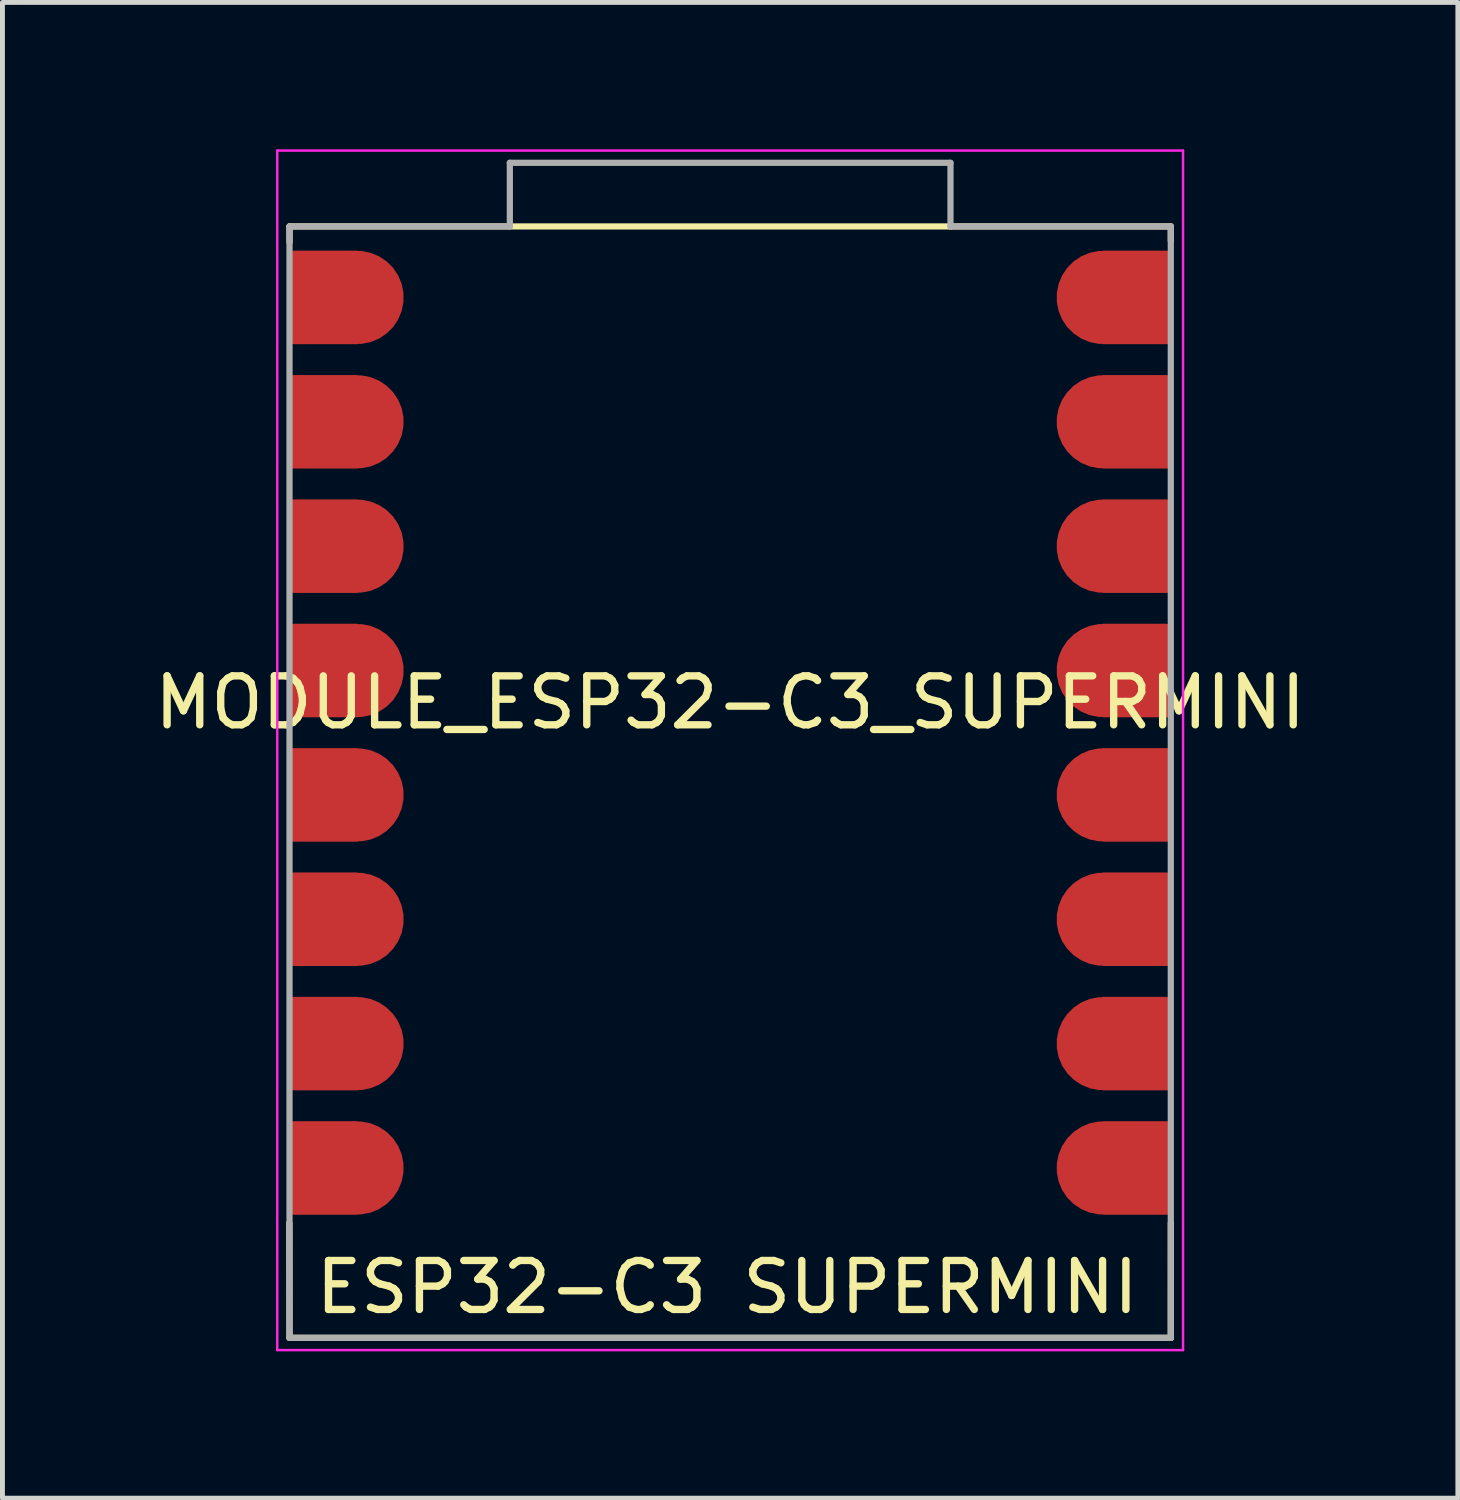
<source format=kicad_pcb>
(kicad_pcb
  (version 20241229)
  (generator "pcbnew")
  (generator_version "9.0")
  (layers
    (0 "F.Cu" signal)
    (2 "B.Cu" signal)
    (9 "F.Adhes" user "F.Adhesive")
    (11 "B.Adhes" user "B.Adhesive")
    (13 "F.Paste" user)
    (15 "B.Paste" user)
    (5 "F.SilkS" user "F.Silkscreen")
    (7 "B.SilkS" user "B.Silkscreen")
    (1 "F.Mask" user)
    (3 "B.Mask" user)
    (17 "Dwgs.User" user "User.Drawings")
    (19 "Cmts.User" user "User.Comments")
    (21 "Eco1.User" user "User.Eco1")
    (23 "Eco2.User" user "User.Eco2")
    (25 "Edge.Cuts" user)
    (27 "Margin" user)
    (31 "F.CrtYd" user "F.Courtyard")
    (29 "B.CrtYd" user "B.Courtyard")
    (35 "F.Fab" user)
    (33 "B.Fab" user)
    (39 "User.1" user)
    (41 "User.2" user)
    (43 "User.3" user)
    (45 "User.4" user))
  (footprint "MODULE_ESP32-C3_SUPERMINI"
    (layer "F.Cu")
    (at 11.863 12.925)
    (property "Reference" "MODULE_ESP32-C3_SUPERMINI" (at 0 -1.626 0) (layer "F.SilkS") (effects (font (size 1 1) (thickness 0.15))))
    (attr through_hole)
    (fp_line (start -9 -11.35) (end -8.999 -11.025) (stroke (width 0.127) (type default)) (layer "F.SilkS"))
    (fp_line (start -9 11.35) (end -9.003 9.003) (stroke (width 0.127) (type default)) (layer "F.SilkS"))
    (fp_line (start 4.5 -11.35) (end -9 -11.35) (stroke (width 0.127) (type solid)) (layer "F.SilkS"))
    (fp_line (start 9 -11.35) (end 4.5 -11.35) (stroke (width 0.127) (type solid)) (layer "F.SilkS"))
    (fp_line (start 9 -11.35) (end 9.001 -11.056) (stroke (width 0.127) (type default)) (layer "F.SilkS"))
    (fp_line (start 9 11.35) (end -9 11.35) (stroke (width 0.127) (type solid)) (layer "F.SilkS"))
    (fp_line (start 9 11.35) (end 9.001 9.001) (stroke (width 0.127) (type default)) (layer "F.SilkS"))
    (fp_line (start -9.25 -12.9) (end 9.25 -12.9) (stroke (width 0.05) (type solid)) (layer "F.CrtYd"))
    (fp_line (start -9.25 11.6) (end -9.25 -12.9) (stroke (width 0.05) (type solid)) (layer "F.CrtYd"))
    (fp_line (start 9.25 -12.9) (end 9.25 11.6) (stroke (width 0.05) (type solid)) (layer "F.CrtYd"))
    (fp_line (start 9.25 11.6) (end -9.25 11.6) (stroke (width 0.05) (type solid)) (layer "F.CrtYd"))
    (fp_line (start -9 11.35) (end -9 -11.35) (stroke (width 0.127) (type solid)) (layer "F.Fab"))
    (fp_line (start -4.5 -12.65) (end -4.5 -11.35) (stroke (width 0.127) (type solid)) (layer "F.Fab"))
    (fp_line (start -4.5 -11.35) (end -9 -11.35) (stroke (width 0.127) (type solid)) (layer "F.Fab"))
    (fp_line (start 4.5 -12.65) (end -4.5 -12.65) (stroke (width 0.127) (type solid)) (layer "F.Fab"))
    (fp_line (start 4.5 -12.65) (end 4.5 -11.35) (stroke (width 0.127) (type solid)) (layer "F.Fab"))
    (fp_line (start 9 -11.35) (end 4.5 -11.35) (stroke (width 0.127) (type solid)) (layer "F.Fab"))
    (fp_line (start 9 11.35) (end -9 11.35) (stroke (width 0.127) (type solid)) (layer "F.Fab"))
    (fp_line (start 9 11.35) (end 9 -11.35) (stroke (width 0.127) (type solid)) (layer "F.Fab"))
    (fp_text user "ESP32-C3 SUPERMINI" (at -8.54 10.9 0) (unlocked yes) (layer "F.SilkS") (effects (font (size 1 1) (thickness 0.15)) (justify left bottom)))
    (pad "0" smd custom (at 7.62 7.88) (size 1.905 1.905) (layers "F.Cu" "F.Mask" "F.Paste") (options (anchor circle)) (primitives (gr_poly (pts (xy 1.3 0.855) (xy 0 0.855) (xy 0 -0.855) (xy 1.3 -0.855)) (width 0.2) (fill yes))))
    (pad "1" smd custom (at 7.62 5.34) (size 1.905 1.905) (layers "F.Cu" "F.Mask" "F.Paste") (options (anchor circle)) (primitives (gr_poly (pts (xy 1.3 0.855) (xy 0 0.855) (xy 0 -0.855) (xy 1.3 -0.855)) (width 0.2) (fill yes))))
    (pad "2" smd custom (at 7.62 2.8) (size 1.905 1.905) (layers "F.Cu" "F.Mask" "F.Paste") (options (anchor circle)) (primitives (gr_poly (pts (xy 1.3 0.855) (xy 0 0.855) (xy 0 -0.855) (xy 1.3 -0.855)) (width 0.2) (fill yes))))
    (pad "3" smd custom (at 7.62 0.26) (size 1.905 1.905) (layers "F.Cu" "F.Mask" "F.Paste") (options (anchor circle)) (primitives (gr_poly (pts (xy 1.3 0.855) (xy 0 0.855) (xy 0 -0.855) (xy 1.3 -0.855)) (width 0.2) (fill yes))))
    (pad "3.3" smd custom (at 7.62 -4.82) (size 1.905 1.905) (layers "F.Cu" "F.Mask" "F.Paste") (options (anchor circle)) (primitives (gr_poly (pts (xy 1.3 0.855) (xy 0 0.855) (xy 0 -0.855) (xy 1.3 -0.855)) (width 0.2) (fill yes))))
    (pad "4" smd custom (at 7.62 -2.28) (size 1.905 1.905) (layers "F.Cu" "F.Mask" "F.Paste") (options (anchor circle)) (primitives (gr_poly (pts (xy 1.3 0.855) (xy 0 0.855) (xy 0 -0.855) (xy 1.3 -0.855)) (width 0.2) (fill yes))))
    (pad "5" smd custom (at -7.62 -9.9) (size 1.905 1.905) (layers "F.Cu" "F.Mask" "F.Paste") (options (anchor circle)) (primitives (gr_poly (pts (xy -1.3 -0.855) (xy 0 -0.855) (xy 0 0.855) (xy -1.3 0.855)) (width 0.2) (fill yes))))
    (pad "5V" smd custom (at 7.62 -9.9) (size 1.905 1.905) (layers "F.Cu" "F.Mask" "F.Paste") (options (anchor circle)) (primitives (gr_poly (pts (xy 1.3 0.855) (xy 0 0.855) (xy 0 -0.855) (xy 1.3 -0.855)) (width 0.2) (fill yes))))
    (pad "6" smd custom (at -7.62 -7.36) (size 1.905 1.905) (layers "F.Cu" "F.Mask" "F.Paste") (options (anchor circle)) (primitives (gr_poly (pts (xy -1.3 -0.855) (xy 0 -0.855) (xy 0 0.855) (xy -1.3 0.855)) (width 0.2) (fill yes))))
    (pad "7" smd custom (at -7.62 -4.82) (size 1.905 1.905) (layers "F.Cu" "F.Mask" "F.Paste") (options (anchor circle)) (primitives (gr_poly (pts (xy -1.3 -0.855) (xy 0 -0.855) (xy 0 0.855) (xy -1.3 0.855)) (width 0.2) (fill yes))))
    (pad "8" smd custom (at -7.62 -2.28) (size 1.905 1.905) (layers "F.Cu" "F.Mask" "F.Paste") (options (anchor circle)) (primitives (gr_poly (pts (xy -1.3 -0.855) (xy 0 -0.855) (xy 0 0.855) (xy -1.3 0.855)) (width 0.2) (fill yes))))
    (pad "9" smd custom (at -7.62 0.26) (size 1.905 1.905) (layers "F.Cu" "F.Mask" "F.Paste") (options (anchor circle)) (primitives (gr_poly (pts (xy -1.3 -0.855) (xy 0 -0.855) (xy 0 0.855) (xy -1.3 0.855)) (width 0.2) (fill yes))))
    (pad "10" smd custom (at -7.62 2.8) (size 1.905 1.905) (layers "F.Cu" "F.Mask" "F.Paste") (options (anchor circle)) (primitives (gr_poly (pts (xy -1.3 -0.855) (xy 0 -0.855) (xy 0 0.855) (xy -1.3 0.855)) (width 0.2) (fill yes))))
    (pad "20" smd custom (at -7.62 5.34) (size 1.905 1.905) (layers "F.Cu" "F.Mask" "F.Paste") (options (anchor circle)) (primitives (gr_poly (pts (xy -1.3 -0.855) (xy 0 -0.855) (xy 0 0.855) (xy -1.3 0.855)) (width 0.2) (fill yes))))
    (pad "21" smd custom (at -7.62 7.88) (size 1.905 1.905) (layers "F.Cu" "F.Mask" "F.Paste") (options (anchor circle)) (primitives (gr_poly (pts (xy -1.3 -0.855) (xy 0 -0.855) (xy 0 0.855) (xy -1.3 0.855)) (width 0.2) (fill yes))))
    (pad "G" smd custom (at 7.62 -7.36) (size 1.905 1.905) (layers "F.Cu" "F.Mask" "F.Paste") (options (anchor circle)) (primitives (gr_poly (pts (xy 1.3 0.855) (xy 0 0.855) (xy 0 -0.855) (xy 1.3 -0.855)) (width 0.2) (fill yes)))))
  (gr_rect
    (start -3 -3)
    (end 26.726 27.55)
    (stroke (width 0.1) (type default))
    (fill no)
    (layer "Edge.Cuts")))
</source>
